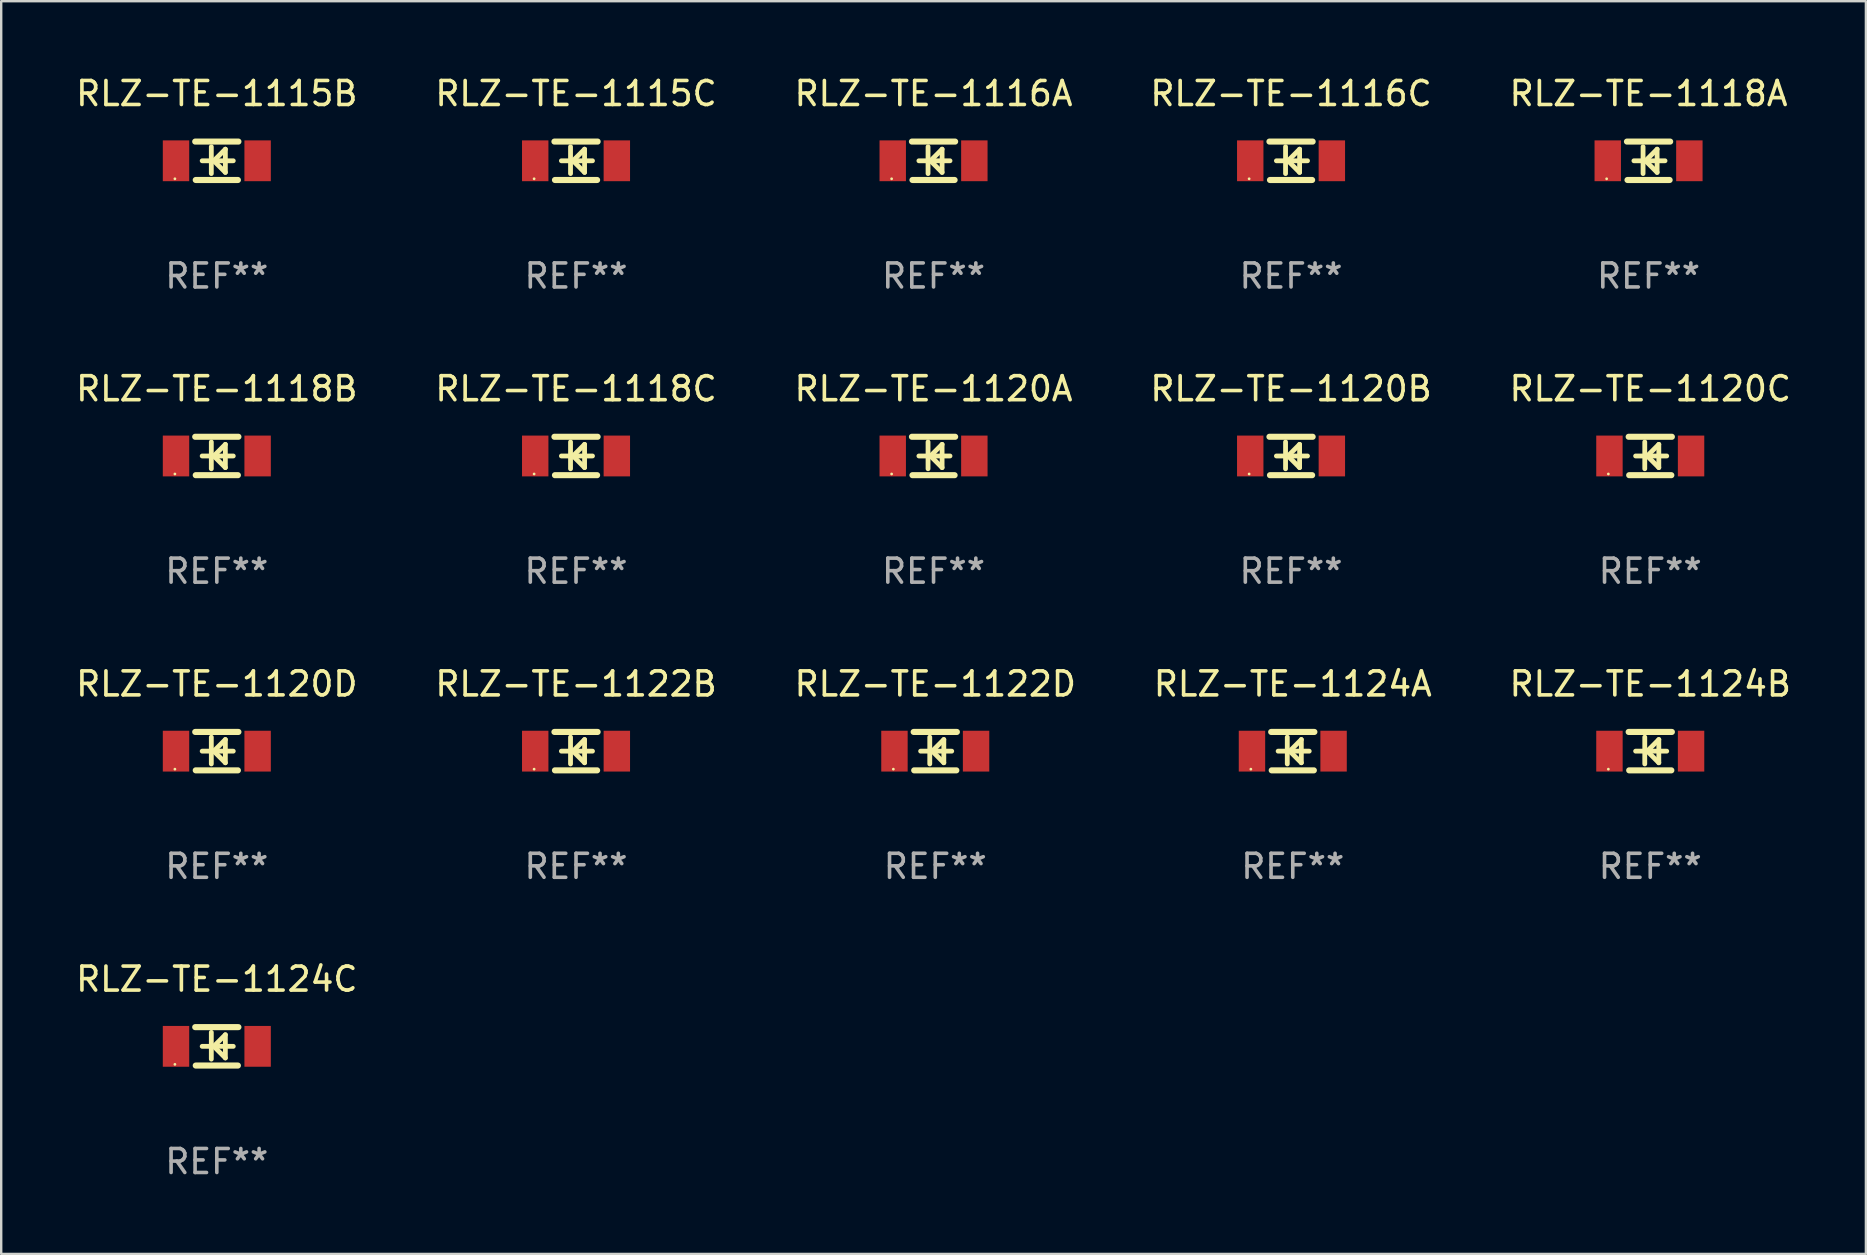
<source format=kicad_pcb>
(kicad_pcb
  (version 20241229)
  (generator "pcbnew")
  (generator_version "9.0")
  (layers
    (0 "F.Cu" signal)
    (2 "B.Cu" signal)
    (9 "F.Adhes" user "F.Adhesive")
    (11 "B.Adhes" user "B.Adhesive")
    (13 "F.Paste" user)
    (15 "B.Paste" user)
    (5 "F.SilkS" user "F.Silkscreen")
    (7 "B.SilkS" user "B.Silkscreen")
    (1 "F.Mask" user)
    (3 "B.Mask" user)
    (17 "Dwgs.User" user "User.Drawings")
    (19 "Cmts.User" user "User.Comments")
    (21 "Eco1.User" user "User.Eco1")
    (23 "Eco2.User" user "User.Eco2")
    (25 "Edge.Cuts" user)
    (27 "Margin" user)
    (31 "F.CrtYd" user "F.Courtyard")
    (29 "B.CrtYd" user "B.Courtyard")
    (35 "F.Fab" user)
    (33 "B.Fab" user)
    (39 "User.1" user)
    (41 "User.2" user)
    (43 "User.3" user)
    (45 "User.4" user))
  (footprint "RLZ-TE-1118B"
    (layer "F.Cu")
    (at 5.982 15.945)
    (property "Reference" "RLZ-TE-1118B" (at 0 -2.8 0) (layer "F.SilkS") (effects (font (size 1 1) (thickness 0.15))))
    (attr through_hole)
    (fp_line (start -0.9 -0.8) (end 0.9 -0.8) (stroke (width 0.254) (type solid)) (layer "F.SilkS"))
    (fp_line (start -0.878 0.8) (end 0.878 0.8) (stroke (width 0.254) (type solid)) (layer "F.SilkS"))
    (fp_line (start -0.61 0) (end 0.686 0) (stroke (width 0.2) (type solid)) (layer "F.SilkS"))
    (fp_line (start -0.229 -0.584) (end -0.229 0.533) (stroke (width 0.2) (type solid)) (layer "F.SilkS"))
    (fp_line (start -0.127 0) (end 0.356 -0.483) (stroke (width 0.2) (type solid)) (layer "F.SilkS"))
    (fp_line (start 0.356 -0.483) (end 0.356 0.483) (stroke (width 0.2) (type solid)) (layer "F.SilkS"))
    (fp_line (start 0.356 0.483) (end -0.102 0.025) (stroke (width 0.2) (type solid)) (layer "F.SilkS"))
    (fp_circle (center -1.746 0.75) (end -1.716 0.75) (stroke (width 0.06) (type solid)) (fill no) (layer "F.SilkS"))
    (fp_text user "REF**" (at 0 4.8 0) (layer "F.Fab") (effects (font (size 1 1) (thickness 0.15))))
    (pad "1" smd rect (at -1.7 0 180) (size 1.1 1.7) (layers "F.Cu" "F.Mask" "F.Paste"))
    (pad "2" smd rect (at 1.7 0 180) (size 1.1 1.7) (layers "F.Cu" "F.Mask" "F.Paste")))
  (footprint "RLZ-TE-1124B"
    (layer "F.Cu")
    (at 65.696 28.241)
    (property "Reference" "RLZ-TE-1124B" (at 0 -2.8 0) (layer "F.SilkS") (effects (font (size 1 1) (thickness 0.15))))
    (attr through_hole)
    (fp_line (start -0.9 -0.8) (end 0.9 -0.8) (stroke (width 0.254) (type solid)) (layer "F.SilkS"))
    (fp_line (start -0.878 0.8) (end 0.878 0.8) (stroke (width 0.254) (type solid)) (layer "F.SilkS"))
    (fp_line (start -0.61 0) (end 0.686 0) (stroke (width 0.2) (type solid)) (layer "F.SilkS"))
    (fp_line (start -0.229 -0.584) (end -0.229 0.533) (stroke (width 0.2) (type solid)) (layer "F.SilkS"))
    (fp_line (start -0.127 0) (end 0.356 -0.483) (stroke (width 0.2) (type solid)) (layer "F.SilkS"))
    (fp_line (start 0.356 -0.483) (end 0.356 0.483) (stroke (width 0.2) (type solid)) (layer "F.SilkS"))
    (fp_line (start 0.356 0.483) (end -0.102 0.025) (stroke (width 0.2) (type solid)) (layer "F.SilkS"))
    (fp_circle (center -1.746 0.75) (end -1.716 0.75) (stroke (width 0.06) (type solid)) (fill no) (layer "F.SilkS"))
    (fp_text user "REF**" (at 0 4.8 0) (layer "F.Fab") (effects (font (size 1 1) (thickness 0.15))))
    (pad "1" smd rect (at -1.7 0 180) (size 1.1 1.7) (layers "F.Cu" "F.Mask" "F.Paste"))
    (pad "2" smd rect (at 1.7 0 180) (size 1.1 1.7) (layers "F.Cu" "F.Mask" "F.Paste")))
  (footprint "RLZ-TE-1122D"
    (layer "F.Cu")
    (at 35.911 28.241)
    (property "Reference" "RLZ-TE-1122D" (at 0 -2.8 0) (layer "F.SilkS") (effects (font (size 1 1) (thickness 0.15))))
    (attr through_hole)
    (fp_line (start -0.9 -0.8) (end 0.9 -0.8) (stroke (width 0.254) (type solid)) (layer "F.SilkS"))
    (fp_line (start -0.878 0.8) (end 0.878 0.8) (stroke (width 0.254) (type solid)) (layer "F.SilkS"))
    (fp_line (start -0.61 0) (end 0.686 0) (stroke (width 0.2) (type solid)) (layer "F.SilkS"))
    (fp_line (start -0.229 -0.584) (end -0.229 0.533) (stroke (width 0.2) (type solid)) (layer "F.SilkS"))
    (fp_line (start -0.127 0) (end 0.356 -0.483) (stroke (width 0.2) (type solid)) (layer "F.SilkS"))
    (fp_line (start 0.356 -0.483) (end 0.356 0.483) (stroke (width 0.2) (type solid)) (layer "F.SilkS"))
    (fp_line (start 0.356 0.483) (end -0.102 0.025) (stroke (width 0.2) (type solid)) (layer "F.SilkS"))
    (fp_circle (center -1.746 0.75) (end -1.716 0.75) (stroke (width 0.06) (type solid)) (fill no) (layer "F.SilkS"))
    (fp_text user "REF**" (at 0 4.8 0) (layer "F.Fab") (effects (font (size 1 1) (thickness 0.15))))
    (pad "1" smd rect (at -1.7 0 180) (size 1.1 1.7) (layers "F.Cu" "F.Mask" "F.Paste"))
    (pad "2" smd rect (at 1.7 0 180) (size 1.1 1.7) (layers "F.Cu" "F.Mask" "F.Paste")))
  (footprint "RLZ-TE-1118A"
    (layer "F.Cu")
    (at 65.625 3.648)
    (property "Reference" "RLZ-TE-1118A" (at 0 -2.8 0) (layer "F.SilkS") (effects (font (size 1 1) (thickness 0.15))))
    (attr through_hole)
    (fp_line (start -0.9 -0.8) (end 0.9 -0.8) (stroke (width 0.254) (type solid)) (layer "F.SilkS"))
    (fp_line (start -0.878 0.8) (end 0.878 0.8) (stroke (width 0.254) (type solid)) (layer "F.SilkS"))
    (fp_line (start -0.61 0) (end 0.686 0) (stroke (width 0.2) (type solid)) (layer "F.SilkS"))
    (fp_line (start -0.229 -0.584) (end -0.229 0.533) (stroke (width 0.2) (type solid)) (layer "F.SilkS"))
    (fp_line (start -0.127 0) (end 0.356 -0.483) (stroke (width 0.2) (type solid)) (layer "F.SilkS"))
    (fp_line (start 0.356 -0.483) (end 0.356 0.483) (stroke (width 0.2) (type solid)) (layer "F.SilkS"))
    (fp_line (start 0.356 0.483) (end -0.102 0.025) (stroke (width 0.2) (type solid)) (layer "F.SilkS"))
    (fp_circle (center -1.746 0.75) (end -1.716 0.75) (stroke (width 0.06) (type solid)) (fill no) (layer "F.SilkS"))
    (fp_text user "REF**" (at 0 4.8 0) (layer "F.Fab") (effects (font (size 1 1) (thickness 0.15))))
    (pad "1" smd rect (at -1.7 0 180) (size 1.1 1.7) (layers "F.Cu" "F.Mask" "F.Paste"))
    (pad "2" smd rect (at 1.7 0 180) (size 1.1 1.7) (layers "F.Cu" "F.Mask" "F.Paste")))
  (footprint "RLZ-TE-1120D"
    (layer "F.Cu")
    (at 5.982 28.241)
    (property "Reference" "RLZ-TE-1120D" (at 0 -2.8 0) (layer "F.SilkS") (effects (font (size 1 1) (thickness 0.15))))
    (attr through_hole)
    (fp_line (start -0.9 -0.8) (end 0.9 -0.8) (stroke (width 0.254) (type solid)) (layer "F.SilkS"))
    (fp_line (start -0.878 0.8) (end 0.878 0.8) (stroke (width 0.254) (type solid)) (layer "F.SilkS"))
    (fp_line (start -0.61 0) (end 0.686 0) (stroke (width 0.2) (type solid)) (layer "F.SilkS"))
    (fp_line (start -0.229 -0.584) (end -0.229 0.533) (stroke (width 0.2) (type solid)) (layer "F.SilkS"))
    (fp_line (start -0.127 0) (end 0.356 -0.483) (stroke (width 0.2) (type solid)) (layer "F.SilkS"))
    (fp_line (start 0.356 -0.483) (end 0.356 0.483) (stroke (width 0.2) (type solid)) (layer "F.SilkS"))
    (fp_line (start 0.356 0.483) (end -0.102 0.025) (stroke (width 0.2) (type solid)) (layer "F.SilkS"))
    (fp_circle (center -1.746 0.75) (end -1.716 0.75) (stroke (width 0.06) (type solid)) (fill no) (layer "F.SilkS"))
    (fp_text user "REF**" (at 0 4.8 0) (layer "F.Fab") (effects (font (size 1 1) (thickness 0.15))))
    (pad "1" smd rect (at -1.7 0 180) (size 1.1 1.7) (layers "F.Cu" "F.Mask" "F.Paste"))
    (pad "2" smd rect (at 1.7 0 180) (size 1.1 1.7) (layers "F.Cu" "F.Mask" "F.Paste")))
  (footprint "RLZ-TE-1120B"
    (layer "F.Cu")
    (at 50.732 15.945)
    (property "Reference" "RLZ-TE-1120B" (at 0 -2.8 0) (layer "F.SilkS") (effects (font (size 1 1) (thickness 0.15))))
    (attr through_hole)
    (fp_line (start -0.9 -0.8) (end 0.9 -0.8) (stroke (width 0.254) (type solid)) (layer "F.SilkS"))
    (fp_line (start -0.878 0.8) (end 0.878 0.8) (stroke (width 0.254) (type solid)) (layer "F.SilkS"))
    (fp_line (start -0.61 0) (end 0.686 0) (stroke (width 0.2) (type solid)) (layer "F.SilkS"))
    (fp_line (start -0.229 -0.584) (end -0.229 0.533) (stroke (width 0.2) (type solid)) (layer "F.SilkS"))
    (fp_line (start -0.127 0) (end 0.356 -0.483) (stroke (width 0.2) (type solid)) (layer "F.SilkS"))
    (fp_line (start 0.356 -0.483) (end 0.356 0.483) (stroke (width 0.2) (type solid)) (layer "F.SilkS"))
    (fp_line (start 0.356 0.483) (end -0.102 0.025) (stroke (width 0.2) (type solid)) (layer "F.SilkS"))
    (fp_circle (center -1.746 0.75) (end -1.716 0.75) (stroke (width 0.06) (type solid)) (fill no) (layer "F.SilkS"))
    (fp_text user "REF**" (at 0 4.8 0) (layer "F.Fab") (effects (font (size 1 1) (thickness 0.15))))
    (pad "1" smd rect (at -1.7 0 180) (size 1.1 1.7) (layers "F.Cu" "F.Mask" "F.Paste"))
    (pad "2" smd rect (at 1.7 0 180) (size 1.1 1.7) (layers "F.Cu" "F.Mask" "F.Paste")))
  (footprint "RLZ-TE-1116C"
    (layer "F.Cu")
    (at 50.732 3.648)
    (property "Reference" "RLZ-TE-1116C" (at 0 -2.8 0) (layer "F.SilkS") (effects (font (size 1 1) (thickness 0.15))))
    (attr through_hole)
    (fp_line (start -0.9 -0.8) (end 0.9 -0.8) (stroke (width 0.254) (type solid)) (layer "F.SilkS"))
    (fp_line (start -0.878 0.8) (end 0.878 0.8) (stroke (width 0.254) (type solid)) (layer "F.SilkS"))
    (fp_line (start -0.61 0) (end 0.686 0) (stroke (width 0.2) (type solid)) (layer "F.SilkS"))
    (fp_line (start -0.229 -0.584) (end -0.229 0.533) (stroke (width 0.2) (type solid)) (layer "F.SilkS"))
    (fp_line (start -0.127 0) (end 0.356 -0.483) (stroke (width 0.2) (type solid)) (layer "F.SilkS"))
    (fp_line (start 0.356 -0.483) (end 0.356 0.483) (stroke (width 0.2) (type solid)) (layer "F.SilkS"))
    (fp_line (start 0.356 0.483) (end -0.102 0.025) (stroke (width 0.2) (type solid)) (layer "F.SilkS"))
    (fp_circle (center -1.746 0.75) (end -1.716 0.75) (stroke (width 0.06) (type solid)) (fill no) (layer "F.SilkS"))
    (fp_text user "REF**" (at 0 4.8 0) (layer "F.Fab") (effects (font (size 1 1) (thickness 0.15))))
    (pad "1" smd rect (at -1.7 0 180) (size 1.1 1.7) (layers "F.Cu" "F.Mask" "F.Paste"))
    (pad "2" smd rect (at 1.7 0 180) (size 1.1 1.7) (layers "F.Cu" "F.Mask" "F.Paste")))
  (footprint "RLZ-TE-1122B"
    (layer "F.Cu")
    (at 20.946 28.241)
    (property "Reference" "RLZ-TE-1122B" (at 0 -2.8 0) (layer "F.SilkS") (effects (font (size 1 1) (thickness 0.15))))
    (attr through_hole)
    (fp_line (start -0.9 -0.8) (end 0.9 -0.8) (stroke (width 0.254) (type solid)) (layer "F.SilkS"))
    (fp_line (start -0.878 0.8) (end 0.878 0.8) (stroke (width 0.254) (type solid)) (layer "F.SilkS"))
    (fp_line (start -0.61 0) (end 0.686 0) (stroke (width 0.2) (type solid)) (layer "F.SilkS"))
    (fp_line (start -0.229 -0.584) (end -0.229 0.533) (stroke (width 0.2) (type solid)) (layer "F.SilkS"))
    (fp_line (start -0.127 0) (end 0.356 -0.483) (stroke (width 0.2) (type solid)) (layer "F.SilkS"))
    (fp_line (start 0.356 -0.483) (end 0.356 0.483) (stroke (width 0.2) (type solid)) (layer "F.SilkS"))
    (fp_line (start 0.356 0.483) (end -0.102 0.025) (stroke (width 0.2) (type solid)) (layer "F.SilkS"))
    (fp_circle (center -1.746 0.75) (end -1.716 0.75) (stroke (width 0.06) (type solid)) (fill no) (layer "F.SilkS"))
    (fp_text user "REF**" (at 0 4.8 0) (layer "F.Fab") (effects (font (size 1 1) (thickness 0.15))))
    (pad "1" smd rect (at -1.7 0 180) (size 1.1 1.7) (layers "F.Cu" "F.Mask" "F.Paste"))
    (pad "2" smd rect (at 1.7 0 180) (size 1.1 1.7) (layers "F.Cu" "F.Mask" "F.Paste")))
  (footprint "RLZ-TE-1115B"
    (layer "F.Cu")
    (at 5.982 3.648)
    (property "Reference" "RLZ-TE-1115B" (at 0 -2.8 0) (layer "F.SilkS") (effects (font (size 1 1) (thickness 0.15))))
    (attr through_hole)
    (fp_line (start -0.9 -0.8) (end 0.9 -0.8) (stroke (width 0.254) (type solid)) (layer "F.SilkS"))
    (fp_line (start -0.878 0.8) (end 0.878 0.8) (stroke (width 0.254) (type solid)) (layer "F.SilkS"))
    (fp_line (start -0.61 0) (end 0.686 0) (stroke (width 0.2) (type solid)) (layer "F.SilkS"))
    (fp_line (start -0.229 -0.584) (end -0.229 0.533) (stroke (width 0.2) (type solid)) (layer "F.SilkS"))
    (fp_line (start -0.127 0) (end 0.356 -0.483) (stroke (width 0.2) (type solid)) (layer "F.SilkS"))
    (fp_line (start 0.356 -0.483) (end 0.356 0.483) (stroke (width 0.2) (type solid)) (layer "F.SilkS"))
    (fp_line (start 0.356 0.483) (end -0.102 0.025) (stroke (width 0.2) (type solid)) (layer "F.SilkS"))
    (fp_circle (center -1.746 0.75) (end -1.716 0.75) (stroke (width 0.06) (type solid)) (fill no) (layer "F.SilkS"))
    (fp_text user "REF**" (at 0 4.8 0) (layer "F.Fab") (effects (font (size 1 1) (thickness 0.15))))
    (pad "1" smd rect (at -1.7 0 180) (size 1.1 1.7) (layers "F.Cu" "F.Mask" "F.Paste"))
    (pad "2" smd rect (at 1.7 0 180) (size 1.1 1.7) (layers "F.Cu" "F.Mask" "F.Paste")))
  (footprint "RLZ-TE-1120A"
    (layer "F.Cu")
    (at 35.839 15.945)
    (property "Reference" "RLZ-TE-1120A" (at 0 -2.8 0) (layer "F.SilkS") (effects (font (size 1 1) (thickness 0.15))))
    (attr through_hole)
    (fp_line (start -0.9 -0.8) (end 0.9 -0.8) (stroke (width 0.254) (type solid)) (layer "F.SilkS"))
    (fp_line (start -0.878 0.8) (end 0.878 0.8) (stroke (width 0.254) (type solid)) (layer "F.SilkS"))
    (fp_line (start -0.61 0) (end 0.686 0) (stroke (width 0.2) (type solid)) (layer "F.SilkS"))
    (fp_line (start -0.229 -0.584) (end -0.229 0.533) (stroke (width 0.2) (type solid)) (layer "F.SilkS"))
    (fp_line (start -0.127 0) (end 0.356 -0.483) (stroke (width 0.2) (type solid)) (layer "F.SilkS"))
    (fp_line (start 0.356 -0.483) (end 0.356 0.483) (stroke (width 0.2) (type solid)) (layer "F.SilkS"))
    (fp_line (start 0.356 0.483) (end -0.102 0.025) (stroke (width 0.2) (type solid)) (layer "F.SilkS"))
    (fp_circle (center -1.746 0.75) (end -1.716 0.75) (stroke (width 0.06) (type solid)) (fill no) (layer "F.SilkS"))
    (fp_text user "REF**" (at 0 4.8 0) (layer "F.Fab") (effects (font (size 1 1) (thickness 0.15))))
    (pad "1" smd rect (at -1.7 0 180) (size 1.1 1.7) (layers "F.Cu" "F.Mask" "F.Paste"))
    (pad "2" smd rect (at 1.7 0 180) (size 1.1 1.7) (layers "F.Cu" "F.Mask" "F.Paste")))
  (footprint "RLZ-TE-1115C"
    (layer "F.Cu")
    (at 20.946 3.648)
    (property "Reference" "RLZ-TE-1115C" (at 0 -2.8 0) (layer "F.SilkS") (effects (font (size 1 1) (thickness 0.15))))
    (attr through_hole)
    (fp_line (start -0.9 -0.8) (end 0.9 -0.8) (stroke (width 0.254) (type solid)) (layer "F.SilkS"))
    (fp_line (start -0.878 0.8) (end 0.878 0.8) (stroke (width 0.254) (type solid)) (layer "F.SilkS"))
    (fp_line (start -0.61 0) (end 0.686 0) (stroke (width 0.2) (type solid)) (layer "F.SilkS"))
    (fp_line (start -0.229 -0.584) (end -0.229 0.533) (stroke (width 0.2) (type solid)) (layer "F.SilkS"))
    (fp_line (start -0.127 0) (end 0.356 -0.483) (stroke (width 0.2) (type solid)) (layer "F.SilkS"))
    (fp_line (start 0.356 -0.483) (end 0.356 0.483) (stroke (width 0.2) (type solid)) (layer "F.SilkS"))
    (fp_line (start 0.356 0.483) (end -0.102 0.025) (stroke (width 0.2) (type solid)) (layer "F.SilkS"))
    (fp_circle (center -1.746 0.75) (end -1.716 0.75) (stroke (width 0.06) (type solid)) (fill no) (layer "F.SilkS"))
    (fp_text user "REF**" (at 0 4.8 0) (layer "F.Fab") (effects (font (size 1 1) (thickness 0.15))))
    (pad "1" smd rect (at -1.7 0 180) (size 1.1 1.7) (layers "F.Cu" "F.Mask" "F.Paste"))
    (pad "2" smd rect (at 1.7 0 180) (size 1.1 1.7) (layers "F.Cu" "F.Mask" "F.Paste")))
  (footprint "RLZ-TE-1116A"
    (layer "F.Cu")
    (at 35.839 3.648)
    (property "Reference" "RLZ-TE-1116A" (at 0 -2.8 0) (layer "F.SilkS") (effects (font (size 1 1) (thickness 0.15))))
    (attr through_hole)
    (fp_line (start -0.9 -0.8) (end 0.9 -0.8) (stroke (width 0.254) (type solid)) (layer "F.SilkS"))
    (fp_line (start -0.878 0.8) (end 0.878 0.8) (stroke (width 0.254) (type solid)) (layer "F.SilkS"))
    (fp_line (start -0.61 0) (end 0.686 0) (stroke (width 0.2) (type solid)) (layer "F.SilkS"))
    (fp_line (start -0.229 -0.584) (end -0.229 0.533) (stroke (width 0.2) (type solid)) (layer "F.SilkS"))
    (fp_line (start -0.127 0) (end 0.356 -0.483) (stroke (width 0.2) (type solid)) (layer "F.SilkS"))
    (fp_line (start 0.356 -0.483) (end 0.356 0.483) (stroke (width 0.2) (type solid)) (layer "F.SilkS"))
    (fp_line (start 0.356 0.483) (end -0.102 0.025) (stroke (width 0.2) (type solid)) (layer "F.SilkS"))
    (fp_circle (center -1.746 0.75) (end -1.716 0.75) (stroke (width 0.06) (type solid)) (fill no) (layer "F.SilkS"))
    (fp_text user "REF**" (at 0 4.8 0) (layer "F.Fab") (effects (font (size 1 1) (thickness 0.15))))
    (pad "1" smd rect (at -1.7 0 180) (size 1.1 1.7) (layers "F.Cu" "F.Mask" "F.Paste"))
    (pad "2" smd rect (at 1.7 0 180) (size 1.1 1.7) (layers "F.Cu" "F.Mask" "F.Paste")))
  (footprint "RLZ-TE-1124A"
    (layer "F.Cu")
    (at 50.804 28.241)
    (property "Reference" "RLZ-TE-1124A" (at 0 -2.8 0) (layer "F.SilkS") (effects (font (size 1 1) (thickness 0.15))))
    (attr through_hole)
    (fp_line (start -0.9 -0.8) (end 0.9 -0.8) (stroke (width 0.254) (type solid)) (layer "F.SilkS"))
    (fp_line (start -0.878 0.8) (end 0.878 0.8) (stroke (width 0.254) (type solid)) (layer "F.SilkS"))
    (fp_line (start -0.61 0) (end 0.686 0) (stroke (width 0.2) (type solid)) (layer "F.SilkS"))
    (fp_line (start -0.229 -0.584) (end -0.229 0.533) (stroke (width 0.2) (type solid)) (layer "F.SilkS"))
    (fp_line (start -0.127 0) (end 0.356 -0.483) (stroke (width 0.2) (type solid)) (layer "F.SilkS"))
    (fp_line (start 0.356 -0.483) (end 0.356 0.483) (stroke (width 0.2) (type solid)) (layer "F.SilkS"))
    (fp_line (start 0.356 0.483) (end -0.102 0.025) (stroke (width 0.2) (type solid)) (layer "F.SilkS"))
    (fp_circle (center -1.746 0.75) (end -1.716 0.75) (stroke (width 0.06) (type solid)) (fill no) (layer "F.SilkS"))
    (fp_text user "REF**" (at 0 4.8 0) (layer "F.Fab") (effects (font (size 1 1) (thickness 0.15))))
    (pad "1" smd rect (at -1.7 0 180) (size 1.1 1.7) (layers "F.Cu" "F.Mask" "F.Paste"))
    (pad "2" smd rect (at 1.7 0 180) (size 1.1 1.7) (layers "F.Cu" "F.Mask" "F.Paste")))
  (footprint "RLZ-TE-1120C"
    (layer "F.Cu")
    (at 65.696 15.945)
    (property "Reference" "RLZ-TE-1120C" (at 0 -2.8 0) (layer "F.SilkS") (effects (font (size 1 1) (thickness 0.15))))
    (attr through_hole)
    (fp_line (start -0.9 -0.8) (end 0.9 -0.8) (stroke (width 0.254) (type solid)) (layer "F.SilkS"))
    (fp_line (start -0.878 0.8) (end 0.878 0.8) (stroke (width 0.254) (type solid)) (layer "F.SilkS"))
    (fp_line (start -0.61 0) (end 0.686 0) (stroke (width 0.2) (type solid)) (layer "F.SilkS"))
    (fp_line (start -0.229 -0.584) (end -0.229 0.533) (stroke (width 0.2) (type solid)) (layer "F.SilkS"))
    (fp_line (start -0.127 0) (end 0.356 -0.483) (stroke (width 0.2) (type solid)) (layer "F.SilkS"))
    (fp_line (start 0.356 -0.483) (end 0.356 0.483) (stroke (width 0.2) (type solid)) (layer "F.SilkS"))
    (fp_line (start 0.356 0.483) (end -0.102 0.025) (stroke (width 0.2) (type solid)) (layer "F.SilkS"))
    (fp_circle (center -1.746 0.75) (end -1.716 0.75) (stroke (width 0.06) (type solid)) (fill no) (layer "F.SilkS"))
    (fp_text user "REF**" (at 0 4.8 0) (layer "F.Fab") (effects (font (size 1 1) (thickness 0.15))))
    (pad "1" smd rect (at -1.7 0 180) (size 1.1 1.7) (layers "F.Cu" "F.Mask" "F.Paste"))
    (pad "2" smd rect (at 1.7 0 180) (size 1.1 1.7) (layers "F.Cu" "F.Mask" "F.Paste")))
  (footprint "RLZ-TE-1118C"
    (layer "F.Cu")
    (at 20.946 15.945)
    (property "Reference" "RLZ-TE-1118C" (at 0 -2.8 0) (layer "F.SilkS") (effects (font (size 1 1) (thickness 0.15))))
    (attr through_hole)
    (fp_line (start -0.9 -0.8) (end 0.9 -0.8) (stroke (width 0.254) (type solid)) (layer "F.SilkS"))
    (fp_line (start -0.878 0.8) (end 0.878 0.8) (stroke (width 0.254) (type solid)) (layer "F.SilkS"))
    (fp_line (start -0.61 0) (end 0.686 0) (stroke (width 0.2) (type solid)) (layer "F.SilkS"))
    (fp_line (start -0.229 -0.584) (end -0.229 0.533) (stroke (width 0.2) (type solid)) (layer "F.SilkS"))
    (fp_line (start -0.127 0) (end 0.356 -0.483) (stroke (width 0.2) (type solid)) (layer "F.SilkS"))
    (fp_line (start 0.356 -0.483) (end 0.356 0.483) (stroke (width 0.2) (type solid)) (layer "F.SilkS"))
    (fp_line (start 0.356 0.483) (end -0.102 0.025) (stroke (width 0.2) (type solid)) (layer "F.SilkS"))
    (fp_circle (center -1.746 0.75) (end -1.716 0.75) (stroke (width 0.06) (type solid)) (fill no) (layer "F.SilkS"))
    (fp_text user "REF**" (at 0 4.8 0) (layer "F.Fab") (effects (font (size 1 1) (thickness 0.15))))
    (pad "1" smd rect (at -1.7 0 180) (size 1.1 1.7) (layers "F.Cu" "F.Mask" "F.Paste"))
    (pad "2" smd rect (at 1.7 0 180) (size 1.1 1.7) (layers "F.Cu" "F.Mask" "F.Paste")))
  (footprint "RLZ-TE-1124C"
    (layer "F.Cu")
    (at 5.982 40.538)
    (property "Reference" "RLZ-TE-1124C" (at 0 -2.8 0) (layer "F.SilkS") (effects (font (size 1 1) (thickness 0.15))))
    (attr through_hole)
    (fp_line (start -0.9 -0.8) (end 0.9 -0.8) (stroke (width 0.254) (type solid)) (layer "F.SilkS"))
    (fp_line (start -0.878 0.8) (end 0.878 0.8) (stroke (width 0.254) (type solid)) (layer "F.SilkS"))
    (fp_line (start -0.61 0) (end 0.686 0) (stroke (width 0.2) (type solid)) (layer "F.SilkS"))
    (fp_line (start -0.229 -0.584) (end -0.229 0.533) (stroke (width 0.2) (type solid)) (layer "F.SilkS"))
    (fp_line (start -0.127 0) (end 0.356 -0.483) (stroke (width 0.2) (type solid)) (layer "F.SilkS"))
    (fp_line (start 0.356 -0.483) (end 0.356 0.483) (stroke (width 0.2) (type solid)) (layer "F.SilkS"))
    (fp_line (start 0.356 0.483) (end -0.102 0.025) (stroke (width 0.2) (type solid)) (layer "F.SilkS"))
    (fp_circle (center -1.746 0.75) (end -1.716 0.75) (stroke (width 0.06) (type solid)) (fill no) (layer "F.SilkS"))
    (fp_text user "REF**" (at 0 4.8 0) (layer "F.Fab") (effects (font (size 1 1) (thickness 0.15))))
    (pad "1" smd rect (at -1.7 0 180) (size 1.1 1.7) (layers "F.Cu" "F.Mask" "F.Paste"))
    (pad "2" smd rect (at 1.7 0 180) (size 1.1 1.7) (layers "F.Cu" "F.Mask" "F.Paste")))
  (gr_rect
    (start -3 -3)
    (end 74.679 49.186)
    (stroke (width 0.1) (type default))
    (fill no)
    (layer "Edge.Cuts")))
</source>
